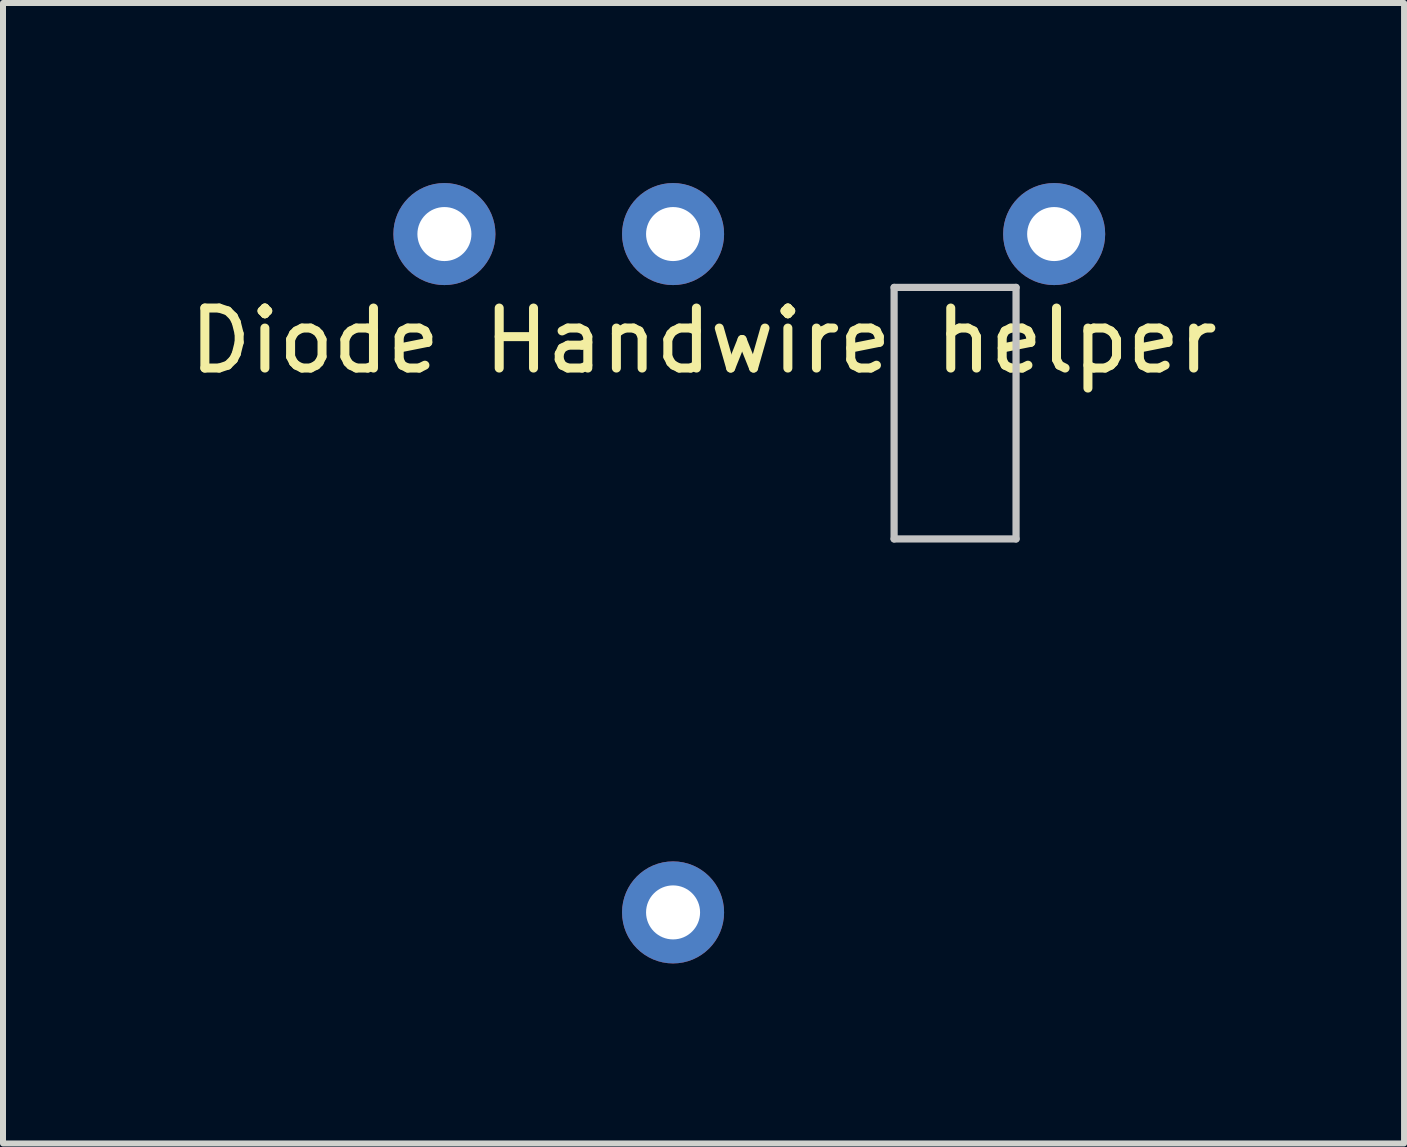
<source format=kicad_pcb>
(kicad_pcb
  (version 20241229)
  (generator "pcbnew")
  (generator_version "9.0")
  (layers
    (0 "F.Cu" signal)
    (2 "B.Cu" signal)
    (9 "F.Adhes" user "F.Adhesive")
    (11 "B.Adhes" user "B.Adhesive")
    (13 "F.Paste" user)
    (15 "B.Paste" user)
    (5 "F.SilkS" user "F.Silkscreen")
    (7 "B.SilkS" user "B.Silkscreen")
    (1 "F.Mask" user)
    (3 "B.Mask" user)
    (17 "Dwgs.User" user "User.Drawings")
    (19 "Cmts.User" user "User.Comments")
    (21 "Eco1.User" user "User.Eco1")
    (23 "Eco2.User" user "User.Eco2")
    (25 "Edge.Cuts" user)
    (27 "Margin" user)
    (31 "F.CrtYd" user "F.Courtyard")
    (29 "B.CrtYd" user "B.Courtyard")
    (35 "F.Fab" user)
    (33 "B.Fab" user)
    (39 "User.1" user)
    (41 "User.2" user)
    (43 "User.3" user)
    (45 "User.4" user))
  (footprint "Diode Handwire helper"
    (layer "F.Cu")
    (at 11.848 4.66)
    (property "Reference" "Diode Handwire helper" (at -3.175 -2.032 0) (layer "F.SilkS") (effects (font (size 1 1) (thickness 0.15))))
    (attr through_hole)
    (fp_line (start 0 -2.921) (end 2.032 -2.921) (stroke (width 0.12) (type solid)) (layer "Dwgs.User"))
    (fp_line (start 0 1.27) (end 0 -2.921) (stroke (width 0.12) (type solid)) (layer "Dwgs.User"))
    (fp_line (start 2.032 -2.921) (end 2.032 1.27) (stroke (width 0.12) (type solid)) (layer "Dwgs.User"))
    (fp_line (start 2.032 1.27) (end 0 1.27) (stroke (width 0.12) (type solid)) (layer "Dwgs.User"))
    (pad "1" thru_hole circle (at -7.493 -3.81 90) (size 1.7 1.7) (drill 0.9) (layers "*.Cu" "*.Mask"))
    (pad "1" thru_hole circle (at 2.667 -3.81 90) (size 1.7 1.7) (drill 0.9) (layers "*.Cu" "*.Mask"))
    (pad "2" thru_hole circle (at -3.683 -3.81 90) (size 1.7 1.7) (drill 0.9) (layers "*.Cu" "*.Mask"))
    (pad "2" thru_hole circle (at -3.683 7.493 90) (size 1.7 1.7) (drill 0.9) (layers "*.Cu" "*.Mask")))
  (gr_rect
    (start -3 -3)
    (end 20.345 16.003)
    (stroke (width 0.1) (type default))
    (fill no)
    (layer "Edge.Cuts")))
</source>
